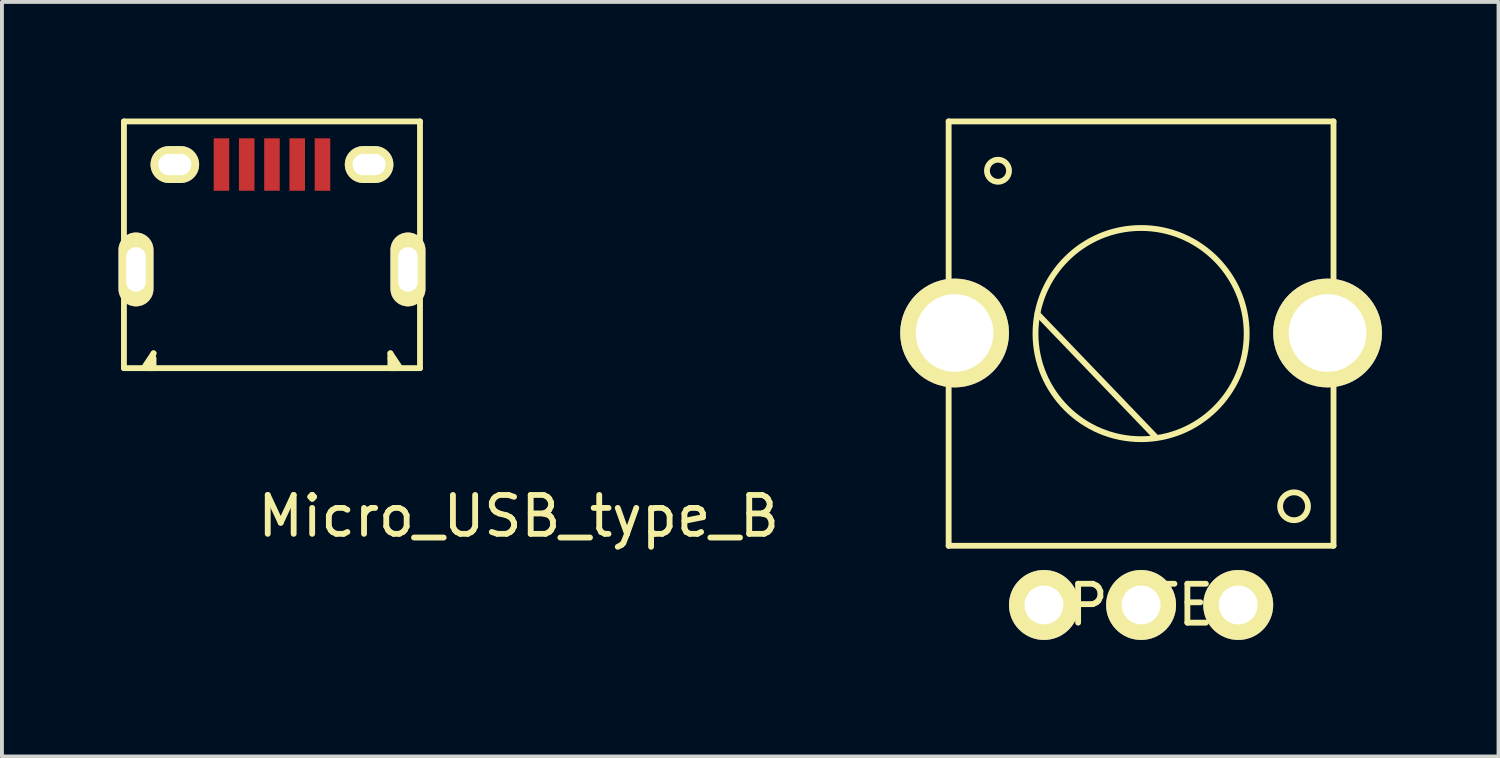
<source format=kicad_pcb>
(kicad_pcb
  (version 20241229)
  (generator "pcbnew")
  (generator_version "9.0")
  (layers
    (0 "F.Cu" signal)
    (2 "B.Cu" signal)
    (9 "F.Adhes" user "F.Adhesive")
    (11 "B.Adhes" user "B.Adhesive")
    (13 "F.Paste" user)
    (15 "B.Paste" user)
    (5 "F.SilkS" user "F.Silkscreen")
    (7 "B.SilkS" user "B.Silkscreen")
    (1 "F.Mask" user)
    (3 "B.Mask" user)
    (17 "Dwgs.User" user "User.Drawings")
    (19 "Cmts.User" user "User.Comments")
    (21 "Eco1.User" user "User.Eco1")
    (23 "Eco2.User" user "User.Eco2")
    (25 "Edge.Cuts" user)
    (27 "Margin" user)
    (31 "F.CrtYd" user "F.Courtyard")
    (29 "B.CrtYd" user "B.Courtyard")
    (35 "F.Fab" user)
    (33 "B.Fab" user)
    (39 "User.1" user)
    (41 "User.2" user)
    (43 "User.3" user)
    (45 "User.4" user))
  (footprint "Micro_USB_type_B"
    (layer "F.Cu")
    (at 3.95 3.885)
    (property "Reference" "Micro_USB_type_B" (at 6.35 6.35 0) (layer "F.SilkS") (effects (font (size 1.001 1.001) (thickness 0.15))))
    (attr through_hole)
    (fp_line (start -3.81 -3.81) (end -3.81 2.54) (stroke (width 0.15) (type solid)) (layer "F.SilkS"))
    (fp_line (start -3.81 2.54) (end 3.81 2.54) (stroke (width 0.15) (type solid)) (layer "F.SilkS"))
    (fp_line (start -3.302 2.54) (end -3.048 2.159) (stroke (width 0.15) (type solid)) (layer "F.SilkS"))
    (fp_line (start -3.175 2.54) (end -3.048 2.54) (stroke (width 0.15) (type solid)) (layer "F.SilkS"))
    (fp_line (start -3.048 2.159) (end -3.175 2.54) (stroke (width 0.15) (type solid)) (layer "F.SilkS"))
    (fp_line (start -3.048 2.54) (end -3.048 2.286) (stroke (width 0.15) (type solid)) (layer "F.SilkS"))
    (fp_line (start 3.048 2.159) (end 3.048 2.54) (stroke (width 0.15) (type solid)) (layer "F.SilkS"))
    (fp_line (start 3.048 2.54) (end 3.175 2.54) (stroke (width 0.15) (type solid)) (layer "F.SilkS"))
    (fp_line (start 3.175 2.54) (end 3.048 2.286) (stroke (width 0.15) (type solid)) (layer "F.SilkS"))
    (fp_line (start 3.302 2.54) (end 3.048 2.159) (stroke (width 0.15) (type solid)) (layer "F.SilkS"))
    (fp_line (start 3.81 -3.81) (end -3.81 -3.81) (stroke (width 0.15) (type solid)) (layer "F.SilkS"))
    (fp_line (start 3.81 2.54) (end 3.81 -3.81) (stroke (width 0.15) (type solid)) (layer "F.SilkS"))
    (pad "1" connect rect (at -1.3 -2.7) (size 0.4 1.35) (layers "F.Cu" "F.Mask"))
    (pad "2" connect rect (at -0.65 -2.7) (size 0.4 1.35) (layers "F.Cu" "F.Mask"))
    (pad "3" connect rect (at 0 -2.7) (size 0.4 1.35) (layers "F.Cu" "F.Mask"))
    (pad "4" connect rect (at 0.65 -2.7) (size 0.4 1.35) (layers "F.Cu" "F.Mask"))
    (pad "5" connect rect (at 1.3 -2.7) (size 0.4 1.35) (layers "F.Cu" "F.Mask"))
    (pad "6" thru_hole oval (at -3.5 0) (size 0.9 1.9) (drill oval 0.5 1.15) (layers "*.Cu" "*.Mask" "F.SilkS"))
    (pad "7" thru_hole oval (at -2.5 -2.7) (size 1.25 0.95) (drill oval 0.85 0.55) (layers "*.Cu" "*.Mask" "F.SilkS"))
    (pad "8" thru_hole oval (at 2.5 -2.7) (size 1.25 0.95) (drill oval 0.85 0.55) (layers "*.Cu" "*.Mask" "F.SilkS"))
    (pad "9" thru_hole oval (at 3.5 0) (size 0.9 1.9) (drill oval 0.5 1.15) (layers "*.Cu" "*.Mask" "F.SilkS")))
  (footprint "POTE"
    (layer "F.Cu")
    (at 26.32 12.521)
    (property "Reference" "POTE" (at 0 0 0) (layer "F.SilkS") (effects (font (size 1.001 1.001) (thickness 0.15))))
    (attr through_hole)
    (fp_line (start -4.953 -12.446) (end 4.953 -12.446) (stroke (width 0.15) (type solid)) (layer "F.SilkS"))
    (fp_line (start -4.953 -1.524) (end -4.953 -12.446) (stroke (width 0.15) (type solid)) (layer "F.SilkS"))
    (fp_line (start -2.667 -7.493) (end 0.381 -4.318) (stroke (width 0.15) (type solid)) (layer "F.SilkS"))
    (fp_line (start 4.953 -12.446) (end 4.953 -1.524) (stroke (width 0.15) (type solid)) (layer "F.SilkS"))
    (fp_line (start 4.953 -1.524) (end -4.953 -1.524) (stroke (width 0.15) (type solid)) (layer "F.SilkS"))
    (fp_circle (center -3.683 -11.176) (end -3.937 -11.049) (stroke (width 0.15) (type solid)) (fill no) (layer "F.SilkS"))
    (fp_circle (center 0 -6.985) (end -1.651 -4.826) (stroke (width 0.15) (type solid)) (fill no) (layer "F.SilkS"))
    (fp_circle (center 3.937 -2.54) (end 3.683 -2.286) (stroke (width 0.15) (type solid)) (fill no) (layer "F.SilkS"))
    (pad "1" thru_hole circle (at -2.5 0) (size 1.8 1.8) (drill 1) (layers "*.Cu" "*.Mask" "F.SilkS"))
    (pad "2" thru_hole circle (at 0 0) (size 1.8 1.8) (drill 1) (layers "*.Cu" "*.Mask" "F.SilkS"))
    (pad "3" thru_hole circle (at 2.5 0) (size 1.8 1.8) (drill 1) (layers "*.Cu" "*.Mask" "F.SilkS"))
    (pad "SH" thru_hole circle (at -4.8 -7) (size 2.8 2.8) (drill 2) (layers "*.Cu" "*.Mask" "F.SilkS"))
    (pad "SH" thru_hole circle (at 4.8 -7) (size 2.8 2.8) (drill 2) (layers "*.Cu" "*.Mask" "F.SilkS")))
  (gr_rect
    (start -3 -3)
    (end 35.52 16.421)
    (stroke (width 0.1) (type default))
    (fill no)
    (layer "Edge.Cuts")))
</source>
